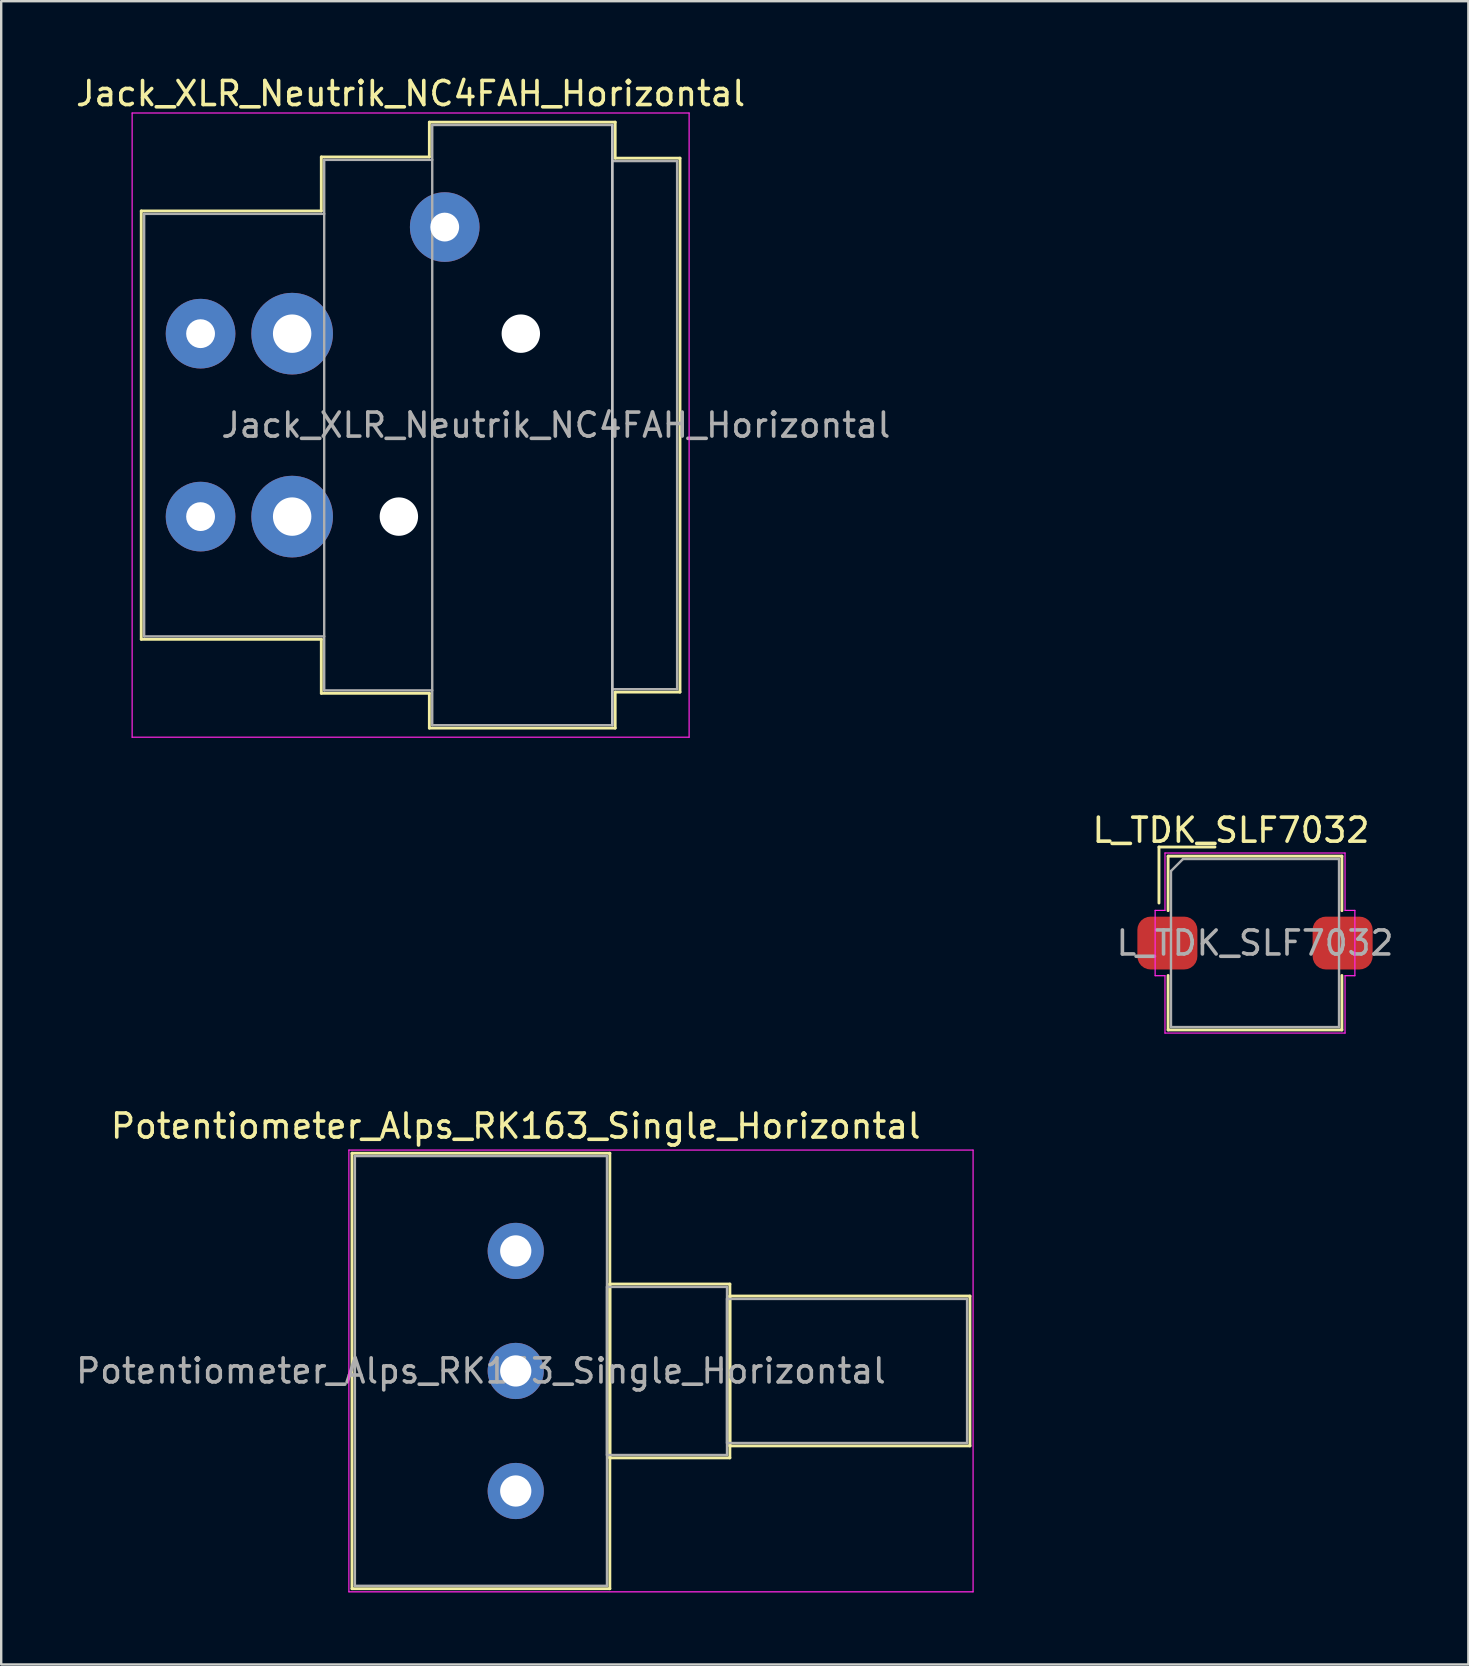
<source format=kicad_pcb>
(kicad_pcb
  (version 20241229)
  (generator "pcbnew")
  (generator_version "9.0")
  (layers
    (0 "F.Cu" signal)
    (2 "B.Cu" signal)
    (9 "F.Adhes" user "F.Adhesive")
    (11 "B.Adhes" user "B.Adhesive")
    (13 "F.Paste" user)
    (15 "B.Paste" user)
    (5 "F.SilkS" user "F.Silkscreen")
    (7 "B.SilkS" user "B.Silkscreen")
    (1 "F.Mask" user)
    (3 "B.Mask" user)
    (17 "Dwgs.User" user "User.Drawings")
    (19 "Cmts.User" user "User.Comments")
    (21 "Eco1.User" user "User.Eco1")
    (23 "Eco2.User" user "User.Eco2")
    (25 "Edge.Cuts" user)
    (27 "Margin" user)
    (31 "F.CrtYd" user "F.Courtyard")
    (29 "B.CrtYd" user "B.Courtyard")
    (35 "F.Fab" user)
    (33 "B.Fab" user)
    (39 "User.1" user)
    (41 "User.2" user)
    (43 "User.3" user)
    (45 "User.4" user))
  (footprint "Jack_XLR_Neutrik_NC4FAH_Horizontal"
    (layer "F.Cu")
    (at 22.454 10.848)
    (property "Reference" "Jack_XLR_Neutrik_NC4FAH_Horizontal" (at -8.4 -10 0) (layer "F.SilkS") (effects (font (size 1 1) (thickness 0.15))))
    (attr through_hole)
    (fp_line (start -19.62 -5.11) (end -19.62 12.73) (stroke (width 0.12) (type solid)) (layer "F.SilkS"))
    (fp_line (start -12.12 -5.11) (end -19.62 -5.11) (stroke (width 0.12) (type solid)) (layer "F.SilkS"))
    (fp_line (start -12.12 -5.11) (end -12.12 -7.36) (stroke (width 0.12) (type solid)) (layer "F.SilkS"))
    (fp_line (start -12.12 12.73) (end -19.62 12.73) (stroke (width 0.12) (type solid)) (layer "F.SilkS"))
    (fp_line (start -12.12 12.73) (end -12.12 14.98) (stroke (width 0.12) (type solid)) (layer "F.SilkS"))
    (fp_line (start -7.62 -7.36) (end -12.12 -7.36) (stroke (width 0.12) (type solid)) (layer "F.SilkS"))
    (fp_line (start -7.62 -7.36) (end -7.62 -8.81) (stroke (width 0.12) (type solid)) (layer "F.SilkS"))
    (fp_line (start -7.62 14.98) (end -12.12 14.98) (stroke (width 0.12) (type solid)) (layer "F.SilkS"))
    (fp_line (start -7.62 16.43) (end -7.62 14.98) (stroke (width 0.12) (type solid)) (layer "F.SilkS"))
    (fp_line (start 0.12 -8.81) (end -7.62 -8.81) (stroke (width 0.12) (type solid)) (layer "F.SilkS"))
    (fp_line (start 0.12 -8.81) (end 0.12 -7.31) (stroke (width 0.12) (type solid)) (layer "F.SilkS"))
    (fp_line (start 0.12 -7.31) (end 2.82 -7.31) (stroke (width 0.12) (type solid)) (layer "F.SilkS"))
    (fp_line (start 0.12 14.93) (end 0.12 16.43) (stroke (width 0.12) (type solid)) (layer "F.SilkS"))
    (fp_line (start 0.12 14.93) (end 2.82 14.93) (stroke (width 0.12) (type solid)) (layer "F.SilkS"))
    (fp_line (start 0.12 16.43) (end -7.62 16.43) (stroke (width 0.12) (type solid)) (layer "F.SilkS"))
    (fp_line (start 2.82 -7.31) (end 2.82 14.93) (stroke (width 0.12) (type solid)) (layer "F.SilkS"))
    (fp_line (start 0 -8.69) (end 0 16.31) (stroke (width 0.1) (type solid)) (layer "Dwgs.User"))
    (fp_line (start -20 -9.19) (end -20 16.81) (stroke (width 0.05) (type solid)) (layer "F.CrtYd"))
    (fp_line (start 3.2 -9.19) (end -20 -9.19) (stroke (width 0.05) (type solid)) (layer "F.CrtYd"))
    (fp_line (start 3.2 -9.19) (end 3.2 16.81) (stroke (width 0.05) (type solid)) (layer "F.CrtYd"))
    (fp_line (start 3.2 16.81) (end -20 16.81) (stroke (width 0.05) (type solid)) (layer "F.CrtYd"))
    (fp_line (start -19.5 -4.99) (end -19.5 12.61) (stroke (width 0.1) (type solid)) (layer "F.Fab"))
    (fp_line (start -12 -4.99) (end -19.5 -4.99) (stroke (width 0.1) (type solid)) (layer "F.Fab"))
    (fp_line (start -12 12.61) (end -19.5 12.61) (stroke (width 0.1) (type solid)) (layer "F.Fab"))
    (fp_line (start -12 14.86) (end -12 -7.24) (stroke (width 0.1) (type solid)) (layer "F.Fab"))
    (fp_line (start -12 14.86) (end -7.5 14.86) (stroke (width 0.1) (type solid)) (layer "F.Fab"))
    (fp_line (start -7.5 -8.69) (end 0 -8.69) (stroke (width 0.1) (type solid)) (layer "F.Fab"))
    (fp_line (start -7.5 -7.24) (end -12 -7.24) (stroke (width 0.1) (type solid)) (layer "F.Fab"))
    (fp_line (start -7.5 16.31) (end -7.5 -8.69) (stroke (width 0.1) (type solid)) (layer "F.Fab"))
    (fp_line (start 0 -8.69) (end 0 16.31) (stroke (width 0.1) (type solid)) (layer "F.Fab"))
    (fp_line (start 0 -7.19) (end 2.7 -7.19) (stroke (width 0.1) (type solid)) (layer "F.Fab"))
    (fp_line (start 0 16.31) (end -7.5 16.31) (stroke (width 0.1) (type solid)) (layer "F.Fab"))
    (fp_line (start 2.7 -7.19) (end 2.7 14.81) (stroke (width 0.1) (type solid)) (layer "F.Fab"))
    (fp_line (start 2.7 14.81) (end 0 14.81) (stroke (width 0.1) (type solid)) (layer "F.Fab"))
    (fp_text user "${REFERENCE}" (at -2.35 3.81 0) (layer "F.Fab") (effects (font (size 1 1) (thickness 0.15))))
    (pad "" np_thru_hole circle (at -8.89 7.62) (size 1.6 1.6) (drill 1.6) (layers "*.Cu" "*.Mask"))
    (pad "" np_thru_hole circle (at -3.81 0) (size 1.6 1.6) (drill 1.6) (layers "*.Cu" "*.Mask"))
    (pad "1" thru_hole circle (at -17.15 0) (size 2.9 2.9) (drill 1.2) (layers "*.Cu" "*.Mask"))
    (pad "2" thru_hole circle (at -13.335 0) (size 3.4 3.4) (drill 1.6) (layers "*.Cu" "*.Mask"))
    (pad "3" thru_hole circle (at -13.335 7.62) (size 3.4 3.4) (drill 1.6) (layers "*.Cu" "*.Mask"))
    (pad "4" thru_hole circle (at -17.15 7.62) (size 2.9 2.9) (drill 1.2) (layers "*.Cu" "*.Mask"))
    (pad "G" thru_hole circle (at -6.98 -4.44) (size 2.9 2.9) (drill 1.2) (layers "*.Cu" "*.Mask")))
  (footprint "Potentiometer_Alps_RK163_Single_Horizontal"
    (layer "F.Cu")
    (at 22.232 59.055)
    (property "Reference" "Potentiometer_Alps_RK163_Single_Horizontal" (at -3.8 -15.2 0) (layer "F.SilkS") (effects (font (size 1 1) (thickness 0.15))))
    (attr through_hole)
    (fp_line (start -10.62 -14.07) (end -10.62 4.07) (stroke (width 0.12) (type solid)) (layer "F.SilkS"))
    (fp_line (start -10.62 -14.07) (end 0.12 -14.07) (stroke (width 0.12) (type solid)) (layer "F.SilkS"))
    (fp_line (start -10.62 4.07) (end 0.12 4.07) (stroke (width 0.12) (type solid)) (layer "F.SilkS"))
    (fp_line (start 0.12 -14.07) (end 0.12 4.07) (stroke (width 0.12) (type solid)) (layer "F.SilkS"))
    (fp_line (start 0.12 -8.62) (end 0.12 -1.38) (stroke (width 0.12) (type solid)) (layer "F.SilkS"))
    (fp_line (start 0.12 -8.62) (end 5.12 -8.62) (stroke (width 0.12) (type solid)) (layer "F.SilkS"))
    (fp_line (start 0.12 -1.38) (end 5.12 -1.38) (stroke (width 0.12) (type solid)) (layer "F.SilkS"))
    (fp_line (start 5.12 -8.62) (end 5.12 -1.38) (stroke (width 0.12) (type solid)) (layer "F.SilkS"))
    (fp_line (start 5.12 -8.12) (end 5.12 -1.879) (stroke (width 0.12) (type solid)) (layer "F.SilkS"))
    (fp_line (start 5.12 -8.12) (end 15.12 -8.12) (stroke (width 0.12) (type solid)) (layer "F.SilkS"))
    (fp_line (start 5.12 -1.879) (end 15.12 -1.879) (stroke (width 0.12) (type solid)) (layer "F.SilkS"))
    (fp_line (start 15.12 -8.12) (end 15.12 -1.879) (stroke (width 0.12) (type solid)) (layer "F.SilkS"))
    (fp_line (start -10.75 -14.2) (end -10.75 4.2) (stroke (width 0.05) (type solid)) (layer "F.CrtYd"))
    (fp_line (start -10.75 4.2) (end 15.25 4.2) (stroke (width 0.05) (type solid)) (layer "F.CrtYd"))
    (fp_line (start 15.25 -14.2) (end -10.75 -14.2) (stroke (width 0.05) (type solid)) (layer "F.CrtYd"))
    (fp_line (start 15.25 4.2) (end 15.25 -14.2) (stroke (width 0.05) (type solid)) (layer "F.CrtYd"))
    (fp_line (start -10.5 -13.95) (end -10.5 3.95) (stroke (width 0.1) (type solid)) (layer "F.Fab"))
    (fp_line (start -10.5 3.95) (end 0 3.95) (stroke (width 0.1) (type solid)) (layer "F.Fab"))
    (fp_line (start 0 -13.95) (end -10.5 -13.95) (stroke (width 0.1) (type solid)) (layer "F.Fab"))
    (fp_line (start 0 -8.5) (end 0 -1.5) (stroke (width 0.1) (type solid)) (layer "F.Fab"))
    (fp_line (start 0 -1.5) (end 5 -1.5) (stroke (width 0.1) (type solid)) (layer "F.Fab"))
    (fp_line (start 0 3.95) (end 0 -13.95) (stroke (width 0.1) (type solid)) (layer "F.Fab"))
    (fp_line (start 5 -8.5) (end 0 -8.5) (stroke (width 0.1) (type solid)) (layer "F.Fab"))
    (fp_line (start 5 -8) (end 5 -2) (stroke (width 0.1) (type solid)) (layer "F.Fab"))
    (fp_line (start 5 -2) (end 15 -2) (stroke (width 0.1) (type solid)) (layer "F.Fab"))
    (fp_line (start 5 -1.5) (end 5 -8.5) (stroke (width 0.1) (type solid)) (layer "F.Fab"))
    (fp_line (start 15 -8) (end 5 -8) (stroke (width 0.1) (type solid)) (layer "F.Fab"))
    (fp_line (start 15 -2) (end 15 -8) (stroke (width 0.1) (type solid)) (layer "F.Fab"))
    (fp_text user "${REFERENCE}" (at -5.25 -5 0) (layer "F.Fab") (effects (font (size 1 1) (thickness 0.15))))
    (pad "1" thru_hole circle (at -3.8 0) (size 2.34 2.34) (drill 1.3) (layers "*.Cu" "*.Mask"))
    (pad "2" thru_hole circle (at -3.8 -5) (size 2.34 2.34) (drill 1.3) (layers "*.Cu" "*.Mask"))
    (pad "3" thru_hole circle (at -3.8 -10) (size 2.34 2.34) (drill 1.3) (layers "*.Cu" "*.Mask")))
  (footprint "L_TDK_SLF7032"
    (layer "F.Cu")
    (at 49.225 36.231)
    (property "Reference" "L_TDK_SLF7032" (at -1 -4.7 0) (layer "F.SilkS") (effects (font (size 1 1) (thickness 0.15))))
    (attr smd)
    (fp_line (start -4 -4) (end -1.667 -4) (stroke (width 0.12) (type solid)) (layer "F.SilkS"))
    (fp_line (start -4 -1.667) (end -4 -4) (stroke (width 0.12) (type solid)) (layer "F.SilkS"))
    (fp_line (start -3.62 -3.62) (end -3.62 -1.35) (stroke (width 0.12) (type solid)) (layer "F.SilkS"))
    (fp_line (start -3.62 -3.62) (end 3.62 -3.62) (stroke (width 0.12) (type solid)) (layer "F.SilkS"))
    (fp_line (start -3.62 1.35) (end -3.62 3.62) (stroke (width 0.12) (type solid)) (layer "F.SilkS"))
    (fp_line (start -3.62 3.62) (end 3.62 3.62) (stroke (width 0.12) (type solid)) (layer "F.SilkS"))
    (fp_line (start 3.62 -3.62) (end 3.62 -1.35) (stroke (width 0.12) (type solid)) (layer "F.SilkS"))
    (fp_line (start 3.62 1.35) (end 3.62 3.62) (stroke (width 0.12) (type solid)) (layer "F.SilkS"))
    (fp_line (start -4.16 -1.36) (end -4.16 1.36) (stroke (width 0.05) (type solid)) (layer "F.CrtYd"))
    (fp_line (start -4.16 1.36) (end -3.75 1.36) (stroke (width 0.05) (type solid)) (layer "F.CrtYd"))
    (fp_line (start -3.75 -3.75) (end -3.75 -1.36) (stroke (width 0.05) (type solid)) (layer "F.CrtYd"))
    (fp_line (start -3.75 -3.75) (end 3.75 -3.75) (stroke (width 0.05) (type solid)) (layer "F.CrtYd"))
    (fp_line (start -3.75 -1.36) (end -4.16 -1.36) (stroke (width 0.05) (type solid)) (layer "F.CrtYd"))
    (fp_line (start -3.75 1.36) (end -3.75 3.75) (stroke (width 0.05) (type solid)) (layer "F.CrtYd"))
    (fp_line (start -3.75 3.75) (end 3.75 3.75) (stroke (width 0.05) (type solid)) (layer "F.CrtYd"))
    (fp_line (start 3.75 -3.75) (end 3.75 -1.36) (stroke (width 0.05) (type solid)) (layer "F.CrtYd"))
    (fp_line (start 3.75 -1.36) (end 4.16 -1.36) (stroke (width 0.05) (type solid)) (layer "F.CrtYd"))
    (fp_line (start 3.75 1.36) (end 3.75 3.75) (stroke (width 0.05) (type solid)) (layer "F.CrtYd"))
    (fp_line (start 4.16 -1.36) (end 4.16 1.36) (stroke (width 0.05) (type solid)) (layer "F.CrtYd"))
    (fp_line (start 4.16 1.36) (end 3.75 1.36) (stroke (width 0.05) (type solid)) (layer "F.CrtYd"))
    (fp_line (start -3.5 -3) (end -3 -3.5) (stroke (width 0.1) (type solid)) (layer "F.Fab"))
    (fp_line (start -3.5 3.5) (end -3.5 -3) (stroke (width 0.1) (type solid)) (layer "F.Fab"))
    (fp_line (start -3 -3.5) (end 3.5 -3.5) (stroke (width 0.1) (type solid)) (layer "F.Fab"))
    (fp_line (start 3.5 -3.5) (end 3.5 3.5) (stroke (width 0.1) (type solid)) (layer "F.Fab"))
    (fp_line (start 3.5 3.5) (end -3.5 3.5) (stroke (width 0.1) (type solid)) (layer "F.Fab"))
    (fp_text user "" (at -49 0.05 0) (layer "F.SilkS") (effects (font (size 3 3) (thickness 0.15))))
    (fp_text user "${REFERENCE}" (at 0 0 0) (layer "F.Fab") (effects (font (size 1 1) (thickness 0.15))))
    (pad "1" smd roundrect (at -3.65 0) (size 2.5 2.2) (layers "F.Cu" "F.Mask" "F.Paste") (roundrect_rratio 0.25))
    (pad "2" smd roundrect (at 3.65 0) (size 2.5 2.2) (layers "F.Cu" "F.Mask" "F.Paste") (roundrect_rratio 0.25)))
  (gr_rect
    (start -3 -3)
    (end 58.112 66.28)
    (stroke (width 0.1) (type default))
    (fill no)
    (layer "Edge.Cuts")))
</source>
